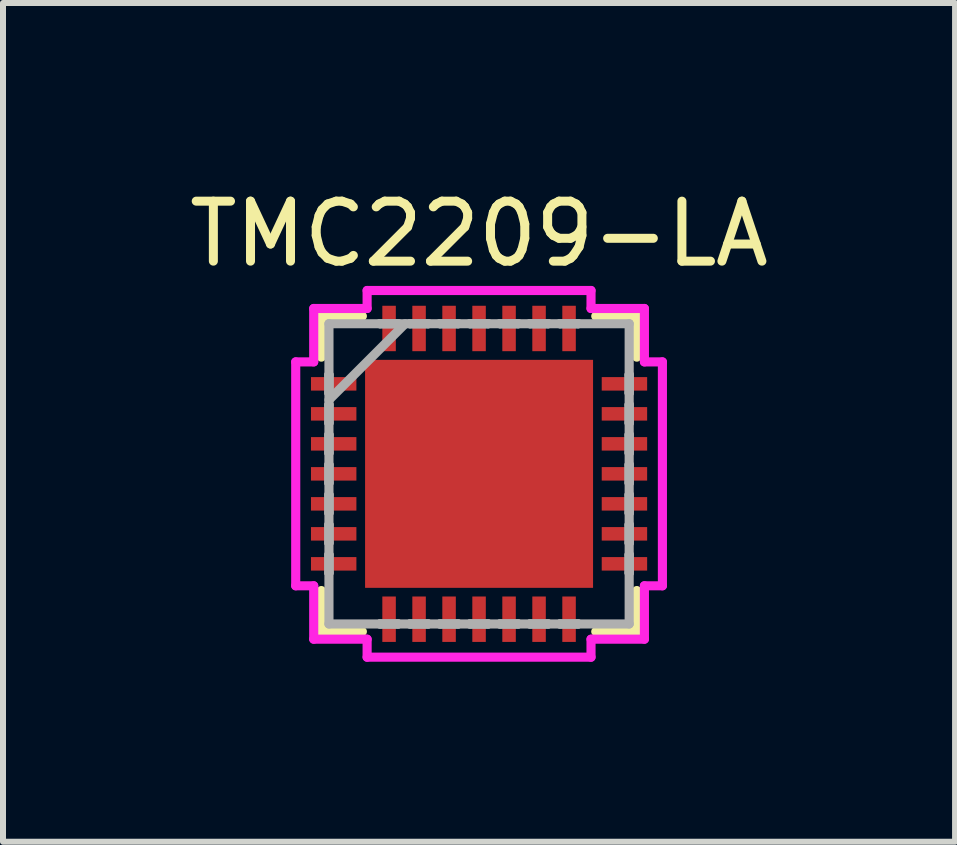
<source format=kicad_pcb>
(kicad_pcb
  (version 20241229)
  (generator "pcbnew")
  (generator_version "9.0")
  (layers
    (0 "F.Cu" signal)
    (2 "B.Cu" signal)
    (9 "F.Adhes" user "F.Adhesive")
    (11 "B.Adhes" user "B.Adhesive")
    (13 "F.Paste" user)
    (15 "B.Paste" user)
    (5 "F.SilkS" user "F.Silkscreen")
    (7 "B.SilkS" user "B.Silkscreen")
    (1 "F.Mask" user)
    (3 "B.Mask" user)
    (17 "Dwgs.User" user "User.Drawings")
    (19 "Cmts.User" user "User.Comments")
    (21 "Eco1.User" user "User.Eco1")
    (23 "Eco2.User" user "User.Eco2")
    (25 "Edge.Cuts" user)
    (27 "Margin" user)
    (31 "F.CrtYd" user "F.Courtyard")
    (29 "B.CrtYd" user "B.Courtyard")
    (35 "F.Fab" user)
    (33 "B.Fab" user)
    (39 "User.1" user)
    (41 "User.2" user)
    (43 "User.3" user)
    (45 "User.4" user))
  (footprint "TMC2209-LA"
    (layer "F.Cu")
    (at 4.935 4.848)
    (property "Reference" "TMC2209-LA" (at 0 -4 0) (layer "F.SilkS") (effects (font (size 1 1) (thickness 0.15))))
    (attr through_hole)
    (fp_line (start -2.629 -2.629) (end -2.629 -1.945) (stroke (width 0.152) (type solid)) (layer "F.SilkS"))
    (fp_line (start -2.629 1.945) (end -2.629 2.629) (stroke (width 0.152) (type solid)) (layer "F.SilkS"))
    (fp_line (start -2.629 2.629) (end -1.945 2.629) (stroke (width 0.152) (type solid)) (layer "F.SilkS"))
    (fp_line (start -1.945 -2.629) (end -2.629 -2.629) (stroke (width 0.152) (type solid)) (layer "F.SilkS"))
    (fp_line (start 1.945 2.629) (end 2.629 2.629) (stroke (width 0.152) (type solid)) (layer "F.SilkS"))
    (fp_line (start 2.629 -2.629) (end 1.945 -2.629) (stroke (width 0.152) (type solid)) (layer "F.SilkS"))
    (fp_line (start 2.629 -1.945) (end 2.629 -2.629) (stroke (width 0.152) (type solid)) (layer "F.SilkS"))
    (fp_line (start 2.629 2.629) (end 2.629 1.945) (stroke (width 0.152) (type solid)) (layer "F.SilkS"))
    (fp_line (start -3.056 -1.866) (end -2.756 -1.866) (stroke (width 0.152) (type solid)) (layer "F.CrtYd"))
    (fp_line (start -3.056 1.866) (end -3.056 -1.866) (stroke (width 0.152) (type solid)) (layer "F.CrtYd"))
    (fp_line (start -2.756 -2.756) (end -1.866 -2.756) (stroke (width 0.152) (type solid)) (layer "F.CrtYd"))
    (fp_line (start -2.756 -1.866) (end -2.756 -2.756) (stroke (width 0.152) (type solid)) (layer "F.CrtYd"))
    (fp_line (start -2.756 1.866) (end -3.056 1.866) (stroke (width 0.152) (type solid)) (layer "F.CrtYd"))
    (fp_line (start -2.756 2.756) (end -2.756 1.866) (stroke (width 0.152) (type solid)) (layer "F.CrtYd"))
    (fp_line (start -1.866 -3.056) (end 1.866 -3.056) (stroke (width 0.152) (type solid)) (layer "F.CrtYd"))
    (fp_line (start -1.866 -2.756) (end -1.866 -3.056) (stroke (width 0.152) (type solid)) (layer "F.CrtYd"))
    (fp_line (start -1.866 2.756) (end -2.756 2.756) (stroke (width 0.152) (type solid)) (layer "F.CrtYd"))
    (fp_line (start -1.866 3.056) (end -1.866 2.756) (stroke (width 0.152) (type solid)) (layer "F.CrtYd"))
    (fp_line (start 1.866 -3.056) (end 1.866 -2.756) (stroke (width 0.152) (type solid)) (layer "F.CrtYd"))
    (fp_line (start 1.866 -2.756) (end 2.756 -2.756) (stroke (width 0.152) (type solid)) (layer "F.CrtYd"))
    (fp_line (start 1.866 2.756) (end 1.866 3.056) (stroke (width 0.152) (type solid)) (layer "F.CrtYd"))
    (fp_line (start 1.866 3.056) (end -1.866 3.056) (stroke (width 0.152) (type solid)) (layer "F.CrtYd"))
    (fp_line (start 2.756 -2.756) (end 2.756 -1.866) (stroke (width 0.152) (type solid)) (layer "F.CrtYd"))
    (fp_line (start 2.756 -1.866) (end 3.056 -1.866) (stroke (width 0.152) (type solid)) (layer "F.CrtYd"))
    (fp_line (start 2.756 1.866) (end 2.756 2.756) (stroke (width 0.152) (type solid)) (layer "F.CrtYd"))
    (fp_line (start 2.756 2.756) (end 1.866 2.756) (stroke (width 0.152) (type solid)) (layer "F.CrtYd"))
    (fp_line (start 3.056 -1.866) (end 3.056 1.866) (stroke (width 0.152) (type solid)) (layer "F.CrtYd"))
    (fp_line (start 3.056 1.866) (end 2.756 1.866) (stroke (width 0.152) (type solid)) (layer "F.CrtYd"))
    (fp_line (start -2.502 -2.502) (end -2.502 2.502) (stroke (width 0.152) (type solid)) (layer "F.Fab"))
    (fp_line (start -2.502 -1.652) (end -2.502 -1.652) (stroke (width 0.152) (type solid)) (layer "F.Fab"))
    (fp_line (start -2.502 -1.652) (end -2.502 -1.348) (stroke (width 0.152) (type solid)) (layer "F.Fab"))
    (fp_line (start -2.502 -1.348) (end -2.502 -1.652) (stroke (width 0.152) (type solid)) (layer "F.Fab"))
    (fp_line (start -2.502 -1.348) (end -2.502 -1.348) (stroke (width 0.152) (type solid)) (layer "F.Fab"))
    (fp_line (start -2.502 -1.232) (end -1.232 -2.502) (stroke (width 0.152) (type solid)) (layer "F.Fab"))
    (fp_line (start -2.502 -1.152) (end -2.502 -1.152) (stroke (width 0.152) (type solid)) (layer "F.Fab"))
    (fp_line (start -2.502 -1.152) (end -2.502 -0.848) (stroke (width 0.152) (type solid)) (layer "F.Fab"))
    (fp_line (start -2.502 -0.848) (end -2.502 -1.152) (stroke (width 0.152) (type solid)) (layer "F.Fab"))
    (fp_line (start -2.502 -0.848) (end -2.502 -0.848) (stroke (width 0.152) (type solid)) (layer "F.Fab"))
    (fp_line (start -2.502 -0.652) (end -2.502 -0.652) (stroke (width 0.152) (type solid)) (layer "F.Fab"))
    (fp_line (start -2.502 -0.652) (end -2.502 -0.348) (stroke (width 0.152) (type solid)) (layer "F.Fab"))
    (fp_line (start -2.502 -0.348) (end -2.502 -0.652) (stroke (width 0.152) (type solid)) (layer "F.Fab"))
    (fp_line (start -2.502 -0.348) (end -2.502 -0.348) (stroke (width 0.152) (type solid)) (layer "F.Fab"))
    (fp_line (start -2.502 -0.152) (end -2.502 -0.152) (stroke (width 0.152) (type solid)) (layer "F.Fab"))
    (fp_line (start -2.502 -0.152) (end -2.502 0.152) (stroke (width 0.152) (type solid)) (layer "F.Fab"))
    (fp_line (start -2.502 0.152) (end -2.502 -0.152) (stroke (width 0.152) (type solid)) (layer "F.Fab"))
    (fp_line (start -2.502 0.152) (end -2.502 0.152) (stroke (width 0.152) (type solid)) (layer "F.Fab"))
    (fp_line (start -2.502 0.348) (end -2.502 0.348) (stroke (width 0.152) (type solid)) (layer "F.Fab"))
    (fp_line (start -2.502 0.348) (end -2.502 0.652) (stroke (width 0.152) (type solid)) (layer "F.Fab"))
    (fp_line (start -2.502 0.652) (end -2.502 0.348) (stroke (width 0.152) (type solid)) (layer "F.Fab"))
    (fp_line (start -2.502 0.652) (end -2.502 0.652) (stroke (width 0.152) (type solid)) (layer "F.Fab"))
    (fp_line (start -2.502 0.848) (end -2.502 0.848) (stroke (width 0.152) (type solid)) (layer "F.Fab"))
    (fp_line (start -2.502 0.848) (end -2.502 1.152) (stroke (width 0.152) (type solid)) (layer "F.Fab"))
    (fp_line (start -2.502 1.152) (end -2.502 0.848) (stroke (width 0.152) (type solid)) (layer "F.Fab"))
    (fp_line (start -2.502 1.152) (end -2.502 1.152) (stroke (width 0.152) (type solid)) (layer "F.Fab"))
    (fp_line (start -2.502 1.348) (end -2.502 1.348) (stroke (width 0.152) (type solid)) (layer "F.Fab"))
    (fp_line (start -2.502 1.348) (end -2.502 1.652) (stroke (width 0.152) (type solid)) (layer "F.Fab"))
    (fp_line (start -2.502 1.652) (end -2.502 1.348) (stroke (width 0.152) (type solid)) (layer "F.Fab"))
    (fp_line (start -2.502 1.652) (end -2.502 1.652) (stroke (width 0.152) (type solid)) (layer "F.Fab"))
    (fp_line (start -2.502 2.502) (end 2.502 2.502) (stroke (width 0.152) (type solid)) (layer "F.Fab"))
    (fp_line (start -1.652 -2.502) (end -1.652 -2.502) (stroke (width 0.152) (type solid)) (layer "F.Fab"))
    (fp_line (start -1.652 -2.502) (end -1.348 -2.502) (stroke (width 0.152) (type solid)) (layer "F.Fab"))
    (fp_line (start -1.652 2.502) (end -1.652 2.502) (stroke (width 0.152) (type solid)) (layer "F.Fab"))
    (fp_line (start -1.652 2.502) (end -1.348 2.502) (stroke (width 0.152) (type solid)) (layer "F.Fab"))
    (fp_line (start -1.348 -2.502) (end -1.652 -2.502) (stroke (width 0.152) (type solid)) (layer "F.Fab"))
    (fp_line (start -1.348 -2.502) (end -1.348 -2.502) (stroke (width 0.152) (type solid)) (layer "F.Fab"))
    (fp_line (start -1.348 2.502) (end -1.652 2.502) (stroke (width 0.152) (type solid)) (layer "F.Fab"))
    (fp_line (start -1.348 2.502) (end -1.348 2.502) (stroke (width 0.152) (type solid)) (layer "F.Fab"))
    (fp_line (start -1.152 -2.502) (end -1.152 -2.502) (stroke (width 0.152) (type solid)) (layer "F.Fab"))
    (fp_line (start -1.152 -2.502) (end -0.848 -2.502) (stroke (width 0.152) (type solid)) (layer "F.Fab"))
    (fp_line (start -1.152 2.502) (end -1.152 2.502) (stroke (width 0.152) (type solid)) (layer "F.Fab"))
    (fp_line (start -1.152 2.502) (end -0.848 2.502) (stroke (width 0.152) (type solid)) (layer "F.Fab"))
    (fp_line (start -0.848 -2.502) (end -1.152 -2.502) (stroke (width 0.152) (type solid)) (layer "F.Fab"))
    (fp_line (start -0.848 -2.502) (end -0.848 -2.502) (stroke (width 0.152) (type solid)) (layer "F.Fab"))
    (fp_line (start -0.848 2.502) (end -1.152 2.502) (stroke (width 0.152) (type solid)) (layer "F.Fab"))
    (fp_line (start -0.848 2.502) (end -0.848 2.502) (stroke (width 0.152) (type solid)) (layer "F.Fab"))
    (fp_line (start -0.652 -2.502) (end -0.652 -2.502) (stroke (width 0.152) (type solid)) (layer "F.Fab"))
    (fp_line (start -0.652 -2.502) (end -0.348 -2.502) (stroke (width 0.152) (type solid)) (layer "F.Fab"))
    (fp_line (start -0.652 2.502) (end -0.652 2.502) (stroke (width 0.152) (type solid)) (layer "F.Fab"))
    (fp_line (start -0.652 2.502) (end -0.348 2.502) (stroke (width 0.152) (type solid)) (layer "F.Fab"))
    (fp_line (start -0.348 -2.502) (end -0.652 -2.502) (stroke (width 0.152) (type solid)) (layer "F.Fab"))
    (fp_line (start -0.348 -2.502) (end -0.348 -2.502) (stroke (width 0.152) (type solid)) (layer "F.Fab"))
    (fp_line (start -0.348 2.502) (end -0.652 2.502) (stroke (width 0.152) (type solid)) (layer "F.Fab"))
    (fp_line (start -0.348 2.502) (end -0.348 2.502) (stroke (width 0.152) (type solid)) (layer "F.Fab"))
    (fp_line (start -0.152 -2.502) (end -0.152 -2.502) (stroke (width 0.152) (type solid)) (layer "F.Fab"))
    (fp_line (start -0.152 -2.502) (end 0.152 -2.502) (stroke (width 0.152) (type solid)) (layer "F.Fab"))
    (fp_line (start -0.152 2.502) (end -0.152 2.502) (stroke (width 0.152) (type solid)) (layer "F.Fab"))
    (fp_line (start -0.152 2.502) (end 0.152 2.502) (stroke (width 0.152) (type solid)) (layer "F.Fab"))
    (fp_line (start 0.152 -2.502) (end -0.152 -2.502) (stroke (width 0.152) (type solid)) (layer "F.Fab"))
    (fp_line (start 0.152 -2.502) (end 0.152 -2.502) (stroke (width 0.152) (type solid)) (layer "F.Fab"))
    (fp_line (start 0.152 2.502) (end -0.152 2.502) (stroke (width 0.152) (type solid)) (layer "F.Fab"))
    (fp_line (start 0.152 2.502) (end 0.152 2.502) (stroke (width 0.152) (type solid)) (layer "F.Fab"))
    (fp_line (start 0.348 -2.502) (end 0.348 -2.502) (stroke (width 0.152) (type solid)) (layer "F.Fab"))
    (fp_line (start 0.348 -2.502) (end 0.652 -2.502) (stroke (width 0.152) (type solid)) (layer "F.Fab"))
    (fp_line (start 0.348 2.502) (end 0.348 2.502) (stroke (width 0.152) (type solid)) (layer "F.Fab"))
    (fp_line (start 0.348 2.502) (end 0.652 2.502) (stroke (width 0.152) (type solid)) (layer "F.Fab"))
    (fp_line (start 0.652 -2.502) (end 0.348 -2.502) (stroke (width 0.152) (type solid)) (layer "F.Fab"))
    (fp_line (start 0.652 -2.502) (end 0.652 -2.502) (stroke (width 0.152) (type solid)) (layer "F.Fab"))
    (fp_line (start 0.652 2.502) (end 0.348 2.502) (stroke (width 0.152) (type solid)) (layer "F.Fab"))
    (fp_line (start 0.652 2.502) (end 0.652 2.502) (stroke (width 0.152) (type solid)) (layer "F.Fab"))
    (fp_line (start 0.848 -2.502) (end 0.848 -2.502) (stroke (width 0.152) (type solid)) (layer "F.Fab"))
    (fp_line (start 0.848 -2.502) (end 1.152 -2.502) (stroke (width 0.152) (type solid)) (layer "F.Fab"))
    (fp_line (start 0.848 2.502) (end 0.848 2.502) (stroke (width 0.152) (type solid)) (layer "F.Fab"))
    (fp_line (start 0.848 2.502) (end 1.152 2.502) (stroke (width 0.152) (type solid)) (layer "F.Fab"))
    (fp_line (start 1.152 -2.502) (end 0.848 -2.502) (stroke (width 0.152) (type solid)) (layer "F.Fab"))
    (fp_line (start 1.152 -2.502) (end 1.152 -2.502) (stroke (width 0.152) (type solid)) (layer "F.Fab"))
    (fp_line (start 1.152 2.502) (end 0.848 2.502) (stroke (width 0.152) (type solid)) (layer "F.Fab"))
    (fp_line (start 1.152 2.502) (end 1.152 2.502) (stroke (width 0.152) (type solid)) (layer "F.Fab"))
    (fp_line (start 1.348 -2.502) (end 1.348 -2.502) (stroke (width 0.152) (type solid)) (layer "F.Fab"))
    (fp_line (start 1.348 -2.502) (end 1.652 -2.502) (stroke (width 0.152) (type solid)) (layer "F.Fab"))
    (fp_line (start 1.348 2.502) (end 1.348 2.502) (stroke (width 0.152) (type solid)) (layer "F.Fab"))
    (fp_line (start 1.348 2.502) (end 1.652 2.502) (stroke (width 0.152) (type solid)) (layer "F.Fab"))
    (fp_line (start 1.652 -2.502) (end 1.348 -2.502) (stroke (width 0.152) (type solid)) (layer "F.Fab"))
    (fp_line (start 1.652 -2.502) (end 1.652 -2.502) (stroke (width 0.152) (type solid)) (layer "F.Fab"))
    (fp_line (start 1.652 2.502) (end 1.348 2.502) (stroke (width 0.152) (type solid)) (layer "F.Fab"))
    (fp_line (start 1.652 2.502) (end 1.652 2.502) (stroke (width 0.152) (type solid)) (layer "F.Fab"))
    (fp_line (start 2.502 -2.502) (end -2.502 -2.502) (stroke (width 0.152) (type solid)) (layer "F.Fab"))
    (fp_line (start 2.502 -1.652) (end 2.502 -1.652) (stroke (width 0.152) (type solid)) (layer "F.Fab"))
    (fp_line (start 2.502 -1.652) (end 2.502 -1.348) (stroke (width 0.152) (type solid)) (layer "F.Fab"))
    (fp_line (start 2.502 -1.348) (end 2.502 -1.652) (stroke (width 0.152) (type solid)) (layer "F.Fab"))
    (fp_line (start 2.502 -1.348) (end 2.502 -1.348) (stroke (width 0.152) (type solid)) (layer "F.Fab"))
    (fp_line (start 2.502 -1.152) (end 2.502 -1.152) (stroke (width 0.152) (type solid)) (layer "F.Fab"))
    (fp_line (start 2.502 -1.152) (end 2.502 -0.848) (stroke (width 0.152) (type solid)) (layer "F.Fab"))
    (fp_line (start 2.502 -0.848) (end 2.502 -1.152) (stroke (width 0.152) (type solid)) (layer "F.Fab"))
    (fp_line (start 2.502 -0.848) (end 2.502 -0.848) (stroke (width 0.152) (type solid)) (layer "F.Fab"))
    (fp_line (start 2.502 -0.652) (end 2.502 -0.652) (stroke (width 0.152) (type solid)) (layer "F.Fab"))
    (fp_line (start 2.502 -0.652) (end 2.502 -0.348) (stroke (width 0.152) (type solid)) (layer "F.Fab"))
    (fp_line (start 2.502 -0.348) (end 2.502 -0.652) (stroke (width 0.152) (type solid)) (layer "F.Fab"))
    (fp_line (start 2.502 -0.348) (end 2.502 -0.348) (stroke (width 0.152) (type solid)) (layer "F.Fab"))
    (fp_line (start 2.502 -0.152) (end 2.502 -0.152) (stroke (width 0.152) (type solid)) (layer "F.Fab"))
    (fp_line (start 2.502 -0.152) (end 2.502 0.152) (stroke (width 0.152) (type solid)) (layer "F.Fab"))
    (fp_line (start 2.502 0.152) (end 2.502 -0.152) (stroke (width 0.152) (type solid)) (layer "F.Fab"))
    (fp_line (start 2.502 0.152) (end 2.502 0.152) (stroke (width 0.152) (type solid)) (layer "F.Fab"))
    (fp_line (start 2.502 0.348) (end 2.502 0.348) (stroke (width 0.152) (type solid)) (layer "F.Fab"))
    (fp_line (start 2.502 0.348) (end 2.502 0.652) (stroke (width 0.152) (type solid)) (layer "F.Fab"))
    (fp_line (start 2.502 0.652) (end 2.502 0.348) (stroke (width 0.152) (type solid)) (layer "F.Fab"))
    (fp_line (start 2.502 0.652) (end 2.502 0.652) (stroke (width 0.152) (type solid)) (layer "F.Fab"))
    (fp_line (start 2.502 0.848) (end 2.502 0.848) (stroke (width 0.152) (type solid)) (layer "F.Fab"))
    (fp_line (start 2.502 0.848) (end 2.502 1.152) (stroke (width 0.152) (type solid)) (layer "F.Fab"))
    (fp_line (start 2.502 1.152) (end 2.502 0.848) (stroke (width 0.152) (type solid)) (layer "F.Fab"))
    (fp_line (start 2.502 1.152) (end 2.502 1.152) (stroke (width 0.152) (type solid)) (layer "F.Fab"))
    (fp_line (start 2.502 1.348) (end 2.502 1.348) (stroke (width 0.152) (type solid)) (layer "F.Fab"))
    (fp_line (start 2.502 1.348) (end 2.502 1.652) (stroke (width 0.152) (type solid)) (layer "F.Fab"))
    (fp_line (start 2.502 1.652) (end 2.502 1.348) (stroke (width 0.152) (type solid)) (layer "F.Fab"))
    (fp_line (start 2.502 1.652) (end 2.502 1.652) (stroke (width 0.152) (type solid)) (layer "F.Fab"))
    (fp_line (start 2.502 2.502) (end 2.502 -2.502) (stroke (width 0.152) (type solid)) (layer "F.Fab"))
    (pad "1" smd rect (at -2.423 -1.5 90) (size 0.225 0.757) (layers "F.Cu" "F.Mask" "F.Paste"))
    (pad "2" smd rect (at -2.423 -1 90) (size 0.225 0.757) (layers "F.Cu" "F.Mask" "F.Paste"))
    (pad "3" smd rect (at -2.423 -0.5 90) (size 0.225 0.757) (layers "F.Cu" "F.Mask" "F.Paste"))
    (pad "4" smd rect (at -2.423 0 90) (size 0.225 0.757) (layers "F.Cu" "F.Mask" "F.Paste"))
    (pad "5" smd rect (at -2.423 0.5 90) (size 0.225 0.757) (layers "F.Cu" "F.Mask" "F.Paste"))
    (pad "6" smd rect (at -2.423 1 90) (size 0.225 0.757) (layers "F.Cu" "F.Mask" "F.Paste"))
    (pad "7" smd rect (at -2.423 1.5 90) (size 0.225 0.757) (layers "F.Cu" "F.Mask" "F.Paste"))
    (pad "8" smd rect (at -1.5 2.423) (size 0.225 0.757) (layers "F.Cu" "F.Mask" "F.Paste"))
    (pad "9" smd rect (at -1 2.423) (size 0.225 0.757) (layers "F.Cu" "F.Mask" "F.Paste"))
    (pad "10" smd rect (at -0.5 2.423) (size 0.225 0.757) (layers "F.Cu" "F.Mask" "F.Paste"))
    (pad "11" smd rect (at 0 2.423) (size 0.225 0.757) (layers "F.Cu" "F.Mask" "F.Paste"))
    (pad "12" smd rect (at 0.5 2.423) (size 0.225 0.757) (layers "F.Cu" "F.Mask" "F.Paste"))
    (pad "13" smd rect (at 1 2.423) (size 0.225 0.757) (layers "F.Cu" "F.Mask" "F.Paste"))
    (pad "14" smd rect (at 1.5 2.423) (size 0.225 0.757) (layers "F.Cu" "F.Mask" "F.Paste"))
    (pad "15" smd rect (at 2.423 1.5 90) (size 0.225 0.757) (layers "F.Cu" "F.Mask" "F.Paste"))
    (pad "16" smd rect (at 2.423 1 90) (size 0.225 0.757) (layers "F.Cu" "F.Mask" "F.Paste"))
    (pad "17" smd rect (at 2.423 0.5 90) (size 0.225 0.757) (layers "F.Cu" "F.Mask" "F.Paste"))
    (pad "18" smd rect (at 2.423 0 90) (size 0.225 0.757) (layers "F.Cu" "F.Mask" "F.Paste"))
    (pad "19" smd rect (at 2.423 -0.5 90) (size 0.225 0.757) (layers "F.Cu" "F.Mask" "F.Paste"))
    (pad "20" smd rect (at 2.423 -1 90) (size 0.225 0.757) (layers "F.Cu" "F.Mask" "F.Paste"))
    (pad "21" smd rect (at 2.423 -1.5 90) (size 0.225 0.757) (layers "F.Cu" "F.Mask" "F.Paste"))
    (pad "22" smd rect (at 1.5 -2.423) (size 0.225 0.757) (layers "F.Cu" "F.Mask" "F.Paste"))
    (pad "23" smd rect (at 1 -2.423) (size 0.225 0.757) (layers "F.Cu" "F.Mask" "F.Paste"))
    (pad "24" smd rect (at 0.5 -2.423) (size 0.225 0.757) (layers "F.Cu" "F.Mask" "F.Paste"))
    (pad "25" smd rect (at 0 -2.423) (size 0.225 0.757) (layers "F.Cu" "F.Mask" "F.Paste"))
    (pad "26" smd rect (at -0.5 -2.423) (size 0.225 0.757) (layers "F.Cu" "F.Mask" "F.Paste"))
    (pad "27" smd rect (at -1 -2.423) (size 0.225 0.757) (layers "F.Cu" "F.Mask" "F.Paste"))
    (pad "28" smd rect (at -1.5 -2.423) (size 0.225 0.757) (layers "F.Cu" "F.Mask" "F.Paste"))
    (pad "29" smd rect (at 0 0) (size 3.8 3.8) (layers "F.Cu" "F.Mask" "F.Paste")))
  (gr_rect
    (start -3 -3)
    (end 12.869 10.98)
    (stroke (width 0.1) (type default))
    (fill no)
    (layer "Edge.Cuts")))
</source>
